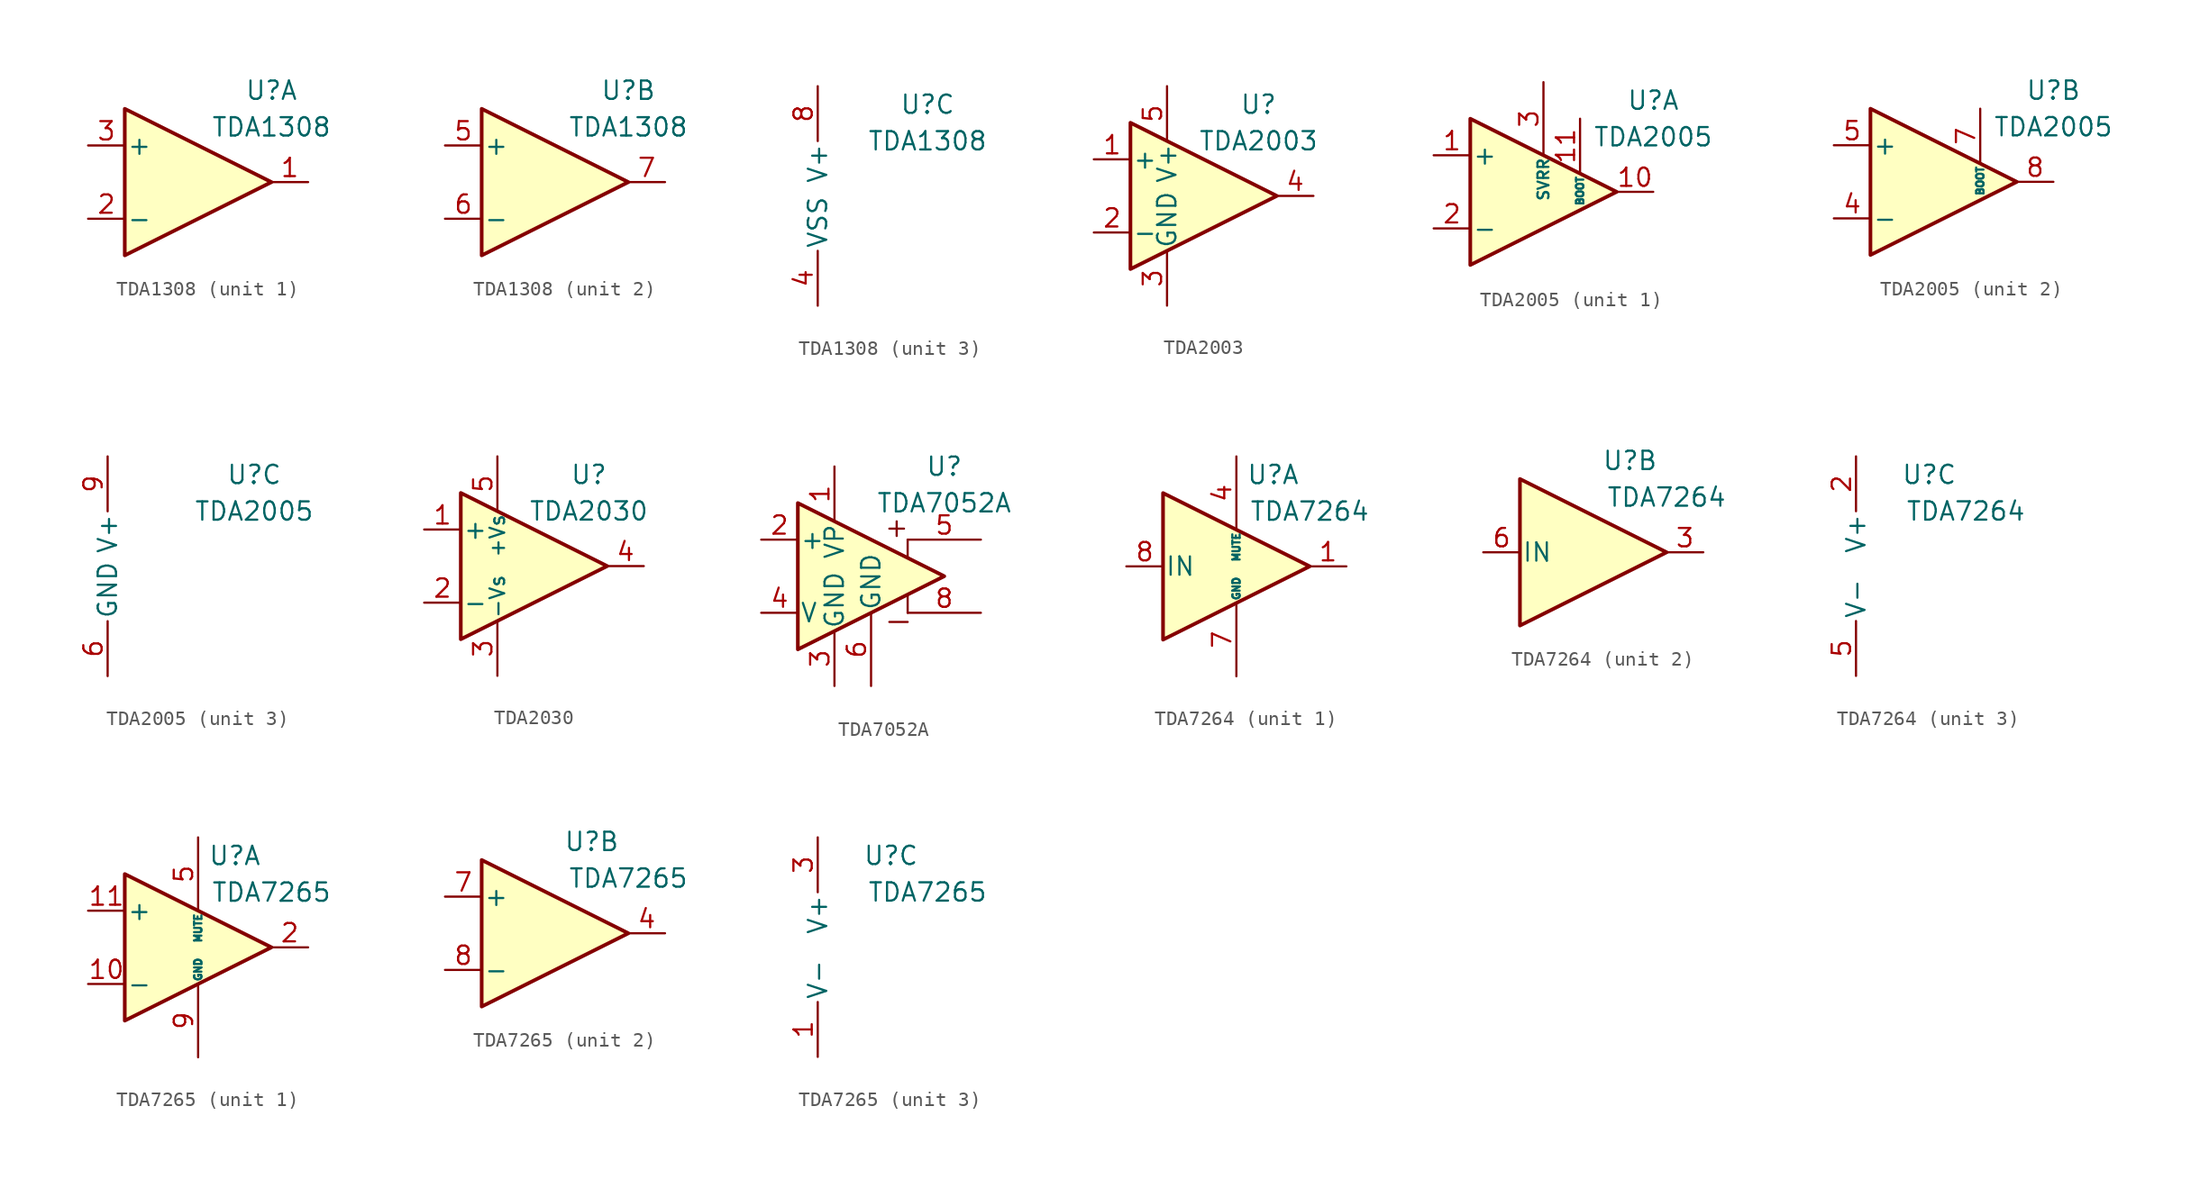
<source format=kicad_sym>
(kicad_symbol_lib
  (version 20200908)
  (generator kicad_symbol_editor)
  (symbol "Amplifier_Audio:TDA1308"
    (pin_names
      (offset 0.127))
    (property "Reference" "U"
      (at 5.08 6.35 0)
      (effects (font (size 1.27 1.27))))
    (property "Value" "TDA1308"
      (at 5.08 3.81 0)
      (effects (font (size 1.27 1.27))))
    (property "ki_locked" ""
      (at 0 0 0)
      (effects (font (size 1.27 1.27))))
    (symbol "TDA1308_1_1"
      (polyline (pts (xy -5.08 5.08) (xy 5.08 0) (xy -5.08 -5.08) (xy -5.08 5.08)) (stroke (width 0.254)) (fill (type background)))
      (pin output line (at 7.62 0 180) (length 2.54) (name "~" (effects (font (size 1.27 1.27)))) (number "1" (effects (font (size 1.27 1.27)))))
      (pin input line (at -7.62 -2.54 0) (length 2.54) (name "-" (effects (font (size 1.27 1.27)))) (number "2" (effects (font (size 1.27 1.27)))))
      (pin input line (at -7.62 2.54 0) (length 2.54) (name "+" (effects (font (size 1.27 1.27)))) (number "3" (effects (font (size 1.27 1.27))))))
    (symbol "TDA1308_2_1"
      (polyline (pts (xy -5.08 5.08) (xy 5.08 0) (xy -5.08 -5.08) (xy -5.08 5.08)) (stroke (width 0.254)) (fill (type background)))
      (pin input line (at -7.62 2.54 0) (length 2.54) (name "+" (effects (font (size 1.27 1.27)))) (number "5" (effects (font (size 1.27 1.27)))))
      (pin input line (at -7.62 -2.54 0) (length 2.54) (name "-" (effects (font (size 1.27 1.27)))) (number "6" (effects (font (size 1.27 1.27)))))
      (pin output line (at 7.62 0 180) (length 2.54) (name "~" (effects (font (size 1.27 1.27)))) (number "7" (effects (font (size 1.27 1.27))))))
    (symbol "TDA1308_3_1"
      (pin power_in line (at -2.54 -7.62 90) (length 3.81) (name "VSS" (effects (font (size 1.27 1.27)))) (number "4" (effects (font (size 1.27 1.27)))))
      (pin power_in line (at -2.54 7.62 270) (length 3.81) (name "V+" (effects (font (size 1.27 1.27)))) (number "8" (effects (font (size 1.27 1.27)))))))
  (symbol "Amplifier_Audio:TDA2003"
    (pin_names
      (offset 0.127))
    (property "Reference" "U"
      (at 3.81 6.35 0)
      (effects (font (size 1.27 1.27))))
    (property "Value" "TDA2003"
      (at 3.81 3.81 0)
      (effects (font (size 1.27 1.27))))
    (symbol "TDA2003_0_1"
      (polyline (pts (xy -5.08 5.08) (xy 5.08 0) (xy -5.08 -5.08) (xy -5.08 5.08)) (stroke (width 0.254)) (fill (type background))))
    (symbol "TDA2003_1_1"
      (pin input line (at -7.62 2.54 0) (length 2.54) (name "+" (effects (font (size 1.27 1.27)))) (number "1" (effects (font (size 1.27 1.27)))))
      (pin input line (at -7.62 -2.54 0) (length 2.54) (name "-" (effects (font (size 1.27 1.27)))) (number "2" (effects (font (size 1.27 1.27)))))
      (pin power_in line (at -2.54 -7.62 90) (length 3.81) (name "GND" (effects (font (size 1.27 1.27)))) (number "3" (effects (font (size 1.27 1.27)))))
      (pin output line (at 7.62 0 180) (length 2.54) (name "~" (effects (font (size 1.27 1.27)))) (number "4" (effects (font (size 1.27 1.27)))))
      (pin power_in line (at -2.54 7.62 270) (length 3.81) (name "V+" (effects (font (size 1.27 1.27)))) (number "5" (effects (font (size 1.27 1.27)))))))
  (symbol "Amplifier_Audio:TDA2005"
    (pin_names
      (offset 0.127))
    (property "Reference" "U"
      (at 7.62 6.35 0)
      (effects (font (size 1.27 1.27))))
    (property "Value" "TDA2005"
      (at 7.62 3.81 0)
      (effects (font (size 1.27 1.27))))
    (property "ki_locked" ""
      (at 0 0 0)
      (effects (font (size 1.27 1.27))))
    (symbol "TDA2005_1_1"
      (polyline (pts (xy -5.08 5.08) (xy 5.08 0) (xy -5.08 -5.08) (xy -5.08 5.08)) (stroke (width 0.254)) (fill (type background)))
      (pin input line (at -7.62 2.54 0) (length 2.54) (name "+" (effects (font (size 1.27 1.27)))) (number "1" (effects (font (size 1.27 1.27)))))
      (pin output line (at 7.62 0 180) (length 2.54) (name "~" (effects (font (size 1.27 1.27)))) (number "10" (effects (font (size 1.27 1.27)))))
      (pin passive line (at 2.54 5.08 270) (length 3.81) (name "BOOT" (effects (font (size 0.508 0.508)))) (number "11" (effects (font (size 1.27 1.27)))))
      (pin input line (at -7.62 -2.54 0) (length 2.54) (name "-" (effects (font (size 1.27 1.27)))) (number "2" (effects (font (size 1.27 1.27)))))
      (pin passive line (at 0 7.62 270) (length 5.08) (name "SVRR" (effects (font (size 0.762 0.762)))) (number "3" (effects (font (size 1.27 1.27))))))
    (symbol "TDA2005_2_1"
      (polyline (pts (xy -5.08 5.08) (xy 5.08 0) (xy -5.08 -5.08) (xy -5.08 5.08)) (stroke (width 0.254)) (fill (type background)))
      (pin input line (at -7.62 -2.54 0) (length 2.54) (name "-" (effects (font (size 1.27 1.27)))) (number "4" (effects (font (size 1.27 1.27)))))
      (pin input line (at -7.62 2.54 0) (length 2.54) (name "+" (effects (font (size 1.27 1.27)))) (number "5" (effects (font (size 1.27 1.27)))))
      (pin passive line (at 2.54 5.08 270) (length 3.81) (name "BOOT" (effects (font (size 0.508 0.508)))) (number "7" (effects (font (size 1.27 1.27)))))
      (pin output line (at 7.62 0 180) (length 2.54) (name "~" (effects (font (size 1.27 1.27)))) (number "8" (effects (font (size 1.27 1.27))))))
    (symbol "TDA2005_3_1"
      (pin power_in line (at -2.54 -7.62 90) (length 3.81) (name "GND" (effects (font (size 1.27 1.27)))) (number "6" (effects (font (size 1.27 1.27)))))
      (pin power_in line (at -2.54 7.62 270) (length 3.81) (name "V+" (effects (font (size 1.27 1.27)))) (number "9" (effects (font (size 1.27 1.27)))))))
  (symbol "Amplifier_Audio:TDA2030"
    (pin_names
      (offset 0.127))
    (property "Reference" "U"
      (at 3.81 6.35 0)
      (effects (font (size 1.27 1.27))))
    (property "Value" "TDA2030"
      (at 3.81 3.81 0)
      (effects (font (size 1.27 1.27))))
    (symbol "TDA2030_0_1"
      (polyline (pts (xy -5.08 5.08) (xy 5.08 0) (xy -5.08 -5.08) (xy -5.08 5.08)) (stroke (width 0.254)) (fill (type background))))
    (symbol "TDA2030_1_1"
      (pin input line (at -7.62 2.54 0) (length 2.54) (name "+" (effects (font (size 1.27 1.27)))) (number "1" (effects (font (size 1.27 1.27)))))
      (pin input line (at -7.62 -2.54 0) (length 2.54) (name "-" (effects (font (size 1.27 1.27)))) (number "2" (effects (font (size 1.27 1.27)))))
      (pin power_in line (at -2.54 -7.62 90) (length 3.81) (name "-Vs" (effects (font (size 1.016 1.016)))) (number "3" (effects (font (size 1.27 1.27)))))
      (pin output line (at 7.62 0 180) (length 2.54) (name "~" (effects (font (size 1.27 1.27)))) (number "4" (effects (font (size 1.27 1.27)))))
      (pin power_in line (at -2.54 7.62 270) (length 3.81) (name "+Vs" (effects (font (size 1.016 1.016)))) (number "5" (effects (font (size 1.27 1.27)))))))
  (symbol "Amplifier_Audio:TDA7052A"
    (pin_names
      (offset 0.127))
    (property "Reference" "U"
      (at 5.08 7.62 0)
      (effects (font (size 1.27 1.27))))
    (property "Value" "TDA7052A"
      (at 5.08 5.08 0)
      (effects (font (size 1.27 1.27))))
    (symbol "TDA7052A_0_1"
      (polyline (pts (xy 1.27 -3.175) (xy 2.54 -3.175)) (stroke (width 0)) (fill (type none)))
      (polyline (pts (xy 2.54 -1.27) (xy 2.54 -2.54)) (stroke (width 0)) (fill (type none)))
      (polyline (pts (xy 2.54 2.54) (xy 2.54 1.27)) (stroke (width 0)) (fill (type none)))
      (polyline (pts (xy 5.08 0) (xy -5.08 5.08) (xy -5.08 -5.08) (xy 5.08 0)) (stroke (width 0.254)) (fill (type background))))
    (symbol "TDA7052A_1_1"
      (polyline (pts (xy 1.778 3.81) (xy 1.778 2.794)) (stroke (width 0)) (fill (type none)))
      (polyline (pts (xy 2.286 3.302) (xy 1.27 3.302)) (stroke (width 0)) (fill (type none)))
      (pin power_in line (at -2.54 7.62 270) (length 3.81) (name "VP" (effects (font (size 1.27 1.27)))) (number "1" (effects (font (size 1.27 1.27)))))
      (pin input line (at -7.62 2.54 0) (length 2.54) (name "+" (effects (font (size 1.27 1.27)))) (number "2" (effects (font (size 1.27 1.27)))))
      (pin power_in line (at -2.54 -7.62 90) (length 3.81) (name "GND" (effects (font (size 1.27 1.27)))) (number "3" (effects (font (size 1.27 1.27)))))
      (pin input line (at -7.62 -2.54 0) (length 2.54) (name "V" (effects (font (size 1.27 1.27)))) (number "4" (effects (font (size 1.27 1.27)))))
      (pin output line (at 7.62 2.54 180) (length 5.08) (name "~" (effects (font (size 1.27 1.27)))) (number "5" (effects (font (size 1.27 1.27)))))
      (pin power_in line (at 0 -7.62 90) (length 5.08) (name "GND" (effects (font (size 1.27 1.27)))) (number "6" (effects (font (size 1.27 1.27)))))
      (pin unconnected line (at 0 2.54 270) (length 2.54) hide (name "NC" (effects (font (size 1.27 1.27)))) (number "7" (effects (font (size 1.27 1.27)))))
      (pin output line (at 7.62 -2.54 180) (length 5.08) (name "~" (effects (font (size 1.27 1.27)))) (number "8" (effects (font (size 1.27 1.27)))))))
  (symbol "Amplifier_Audio:TDA7264"
    (pin_names
      (offset 0.127))
    (property "Reference" "U"
      (at 2.54 6.35 0)
      (effects (font (size 1.27 1.27))))
    (property "Value" "TDA7264"
      (at 5.08 3.81 0)
      (effects (font (size 1.27 1.27))))
    (property "ki_locked" ""
      (at 0 0 0)
      (effects (font (size 1.27 1.27))))
    (symbol "TDA7264_1_1"
      (polyline (pts (xy 5.08 0) (xy -5.08 5.08) (xy -5.08 -5.08) (xy 5.08 0)) (stroke (width 0.254)) (fill (type background)))
      (pin output line (at 7.62 0 180) (length 2.54) (name "~" (effects (font (size 1.27 1.27)))) (number "1" (effects (font (size 1.27 1.27)))))
      (pin input line (at 0 7.62 270) (length 5.08) (name "MUTE" (effects (font (size 0.508 0.508)))) (number "4" (effects (font (size 1.27 1.27)))))
      (pin power_in line (at 0 -7.62 90) (length 5.08) (name "GND" (effects (font (size 0.508 0.508)))) (number "7" (effects (font (size 1.27 1.27)))))
      (pin input line (at -7.62 0 0) (length 2.54) (name "IN" (effects (font (size 1.27 1.27)))) (number "8" (effects (font (size 1.27 1.27))))))
    (symbol "TDA7264_2_1"
      (polyline (pts (xy 5.08 0) (xy -5.08 5.08) (xy -5.08 -5.08) (xy 5.08 0)) (stroke (width 0.254)) (fill (type background)))
      (pin output line (at 7.62 0 180) (length 2.54) (name "~" (effects (font (size 1.27 1.27)))) (number "3" (effects (font (size 1.27 1.27)))))
      (pin input line (at -7.62 0 0) (length 2.54) (name "IN" (effects (font (size 1.27 1.27)))) (number "6" (effects (font (size 1.27 1.27))))))
    (symbol "TDA7264_3_1"
      (pin power_in line (at -2.54 7.62 270) (length 3.81) (name "V+" (effects (font (size 1.27 1.27)))) (number "2" (effects (font (size 1.27 1.27)))))
      (pin power_in line (at -2.54 -7.62 90) (length 3.81) (name "V-" (effects (font (size 1.27 1.27)))) (number "5" (effects (font (size 1.27 1.27)))))))
  (symbol "Amplifier_Audio:TDA7265"
    (pin_names
      (offset 0.127))
    (property "Reference" "U"
      (at 2.54 6.35 0)
      (effects (font (size 1.27 1.27))))
    (property "Value" "TDA7265"
      (at 5.08 3.81 0)
      (effects (font (size 1.27 1.27))))
    (property "ki_locked" ""
      (at 0 0 0)
      (effects (font (size 1.27 1.27))))
    (symbol "TDA7265_1_1"
      (polyline (pts (xy 5.08 0) (xy -5.08 5.08) (xy -5.08 -5.08) (xy 5.08 0)) (stroke (width 0.254)) (fill (type background)))
      (pin input line (at -7.62 -2.54 0) (length 2.54) (name "-" (effects (font (size 1.27 1.27)))) (number "10" (effects (font (size 1.27 1.27)))))
      (pin input line (at -7.62 2.54 0) (length 2.54) (name "+" (effects (font (size 1.27 1.27)))) (number "11" (effects (font (size 1.27 1.27)))))
      (pin output line (at 7.62 0 180) (length 2.54) (name "~" (effects (font (size 1.27 1.27)))) (number "2" (effects (font (size 1.27 1.27)))))
      (pin input line (at 0 7.62 270) (length 5.08) (name "MUTE" (effects (font (size 0.508 0.508)))) (number "5" (effects (font (size 1.27 1.27)))))
      (pin power_in line (at 0 -7.62 90) (length 5.08) (name "GND" (effects (font (size 0.508 0.508)))) (number "9" (effects (font (size 1.27 1.27))))))
    (symbol "TDA7265_2_1"
      (polyline (pts (xy 5.08 0) (xy -5.08 5.08) (xy -5.08 -5.08) (xy 5.08 0)) (stroke (width 0.254)) (fill (type background)))
      (pin output line (at 7.62 0 180) (length 2.54) (name "~" (effects (font (size 1.27 1.27)))) (number "4" (effects (font (size 1.27 1.27)))))
      (pin input line (at -7.62 2.54 0) (length 2.54) (name "+" (effects (font (size 1.27 1.27)))) (number "7" (effects (font (size 1.27 1.27)))))
      (pin input line (at -7.62 -2.54 0) (length 2.54) (name "-" (effects (font (size 1.27 1.27)))) (number "8" (effects (font (size 1.27 1.27))))))
    (symbol "TDA7265_3_1"
      (pin power_in line (at -2.54 -7.62 90) (length 3.81) (name "V-" (effects (font (size 1.27 1.27)))) (number "1" (effects (font (size 1.27 1.27)))))
      (pin power_in line (at -2.54 7.62 270) (length 3.81) (name "V+" (effects (font (size 1.27 1.27)))) (number "3" (effects (font (size 1.27 1.27)))))
      (pin passive line (at -2.54 -7.62 90) (length 3.81) hide (name "V-" (effects (font (size 1.27 1.27)))) (number "6" (effects (font (size 1.27 1.27))))))))
</source>
